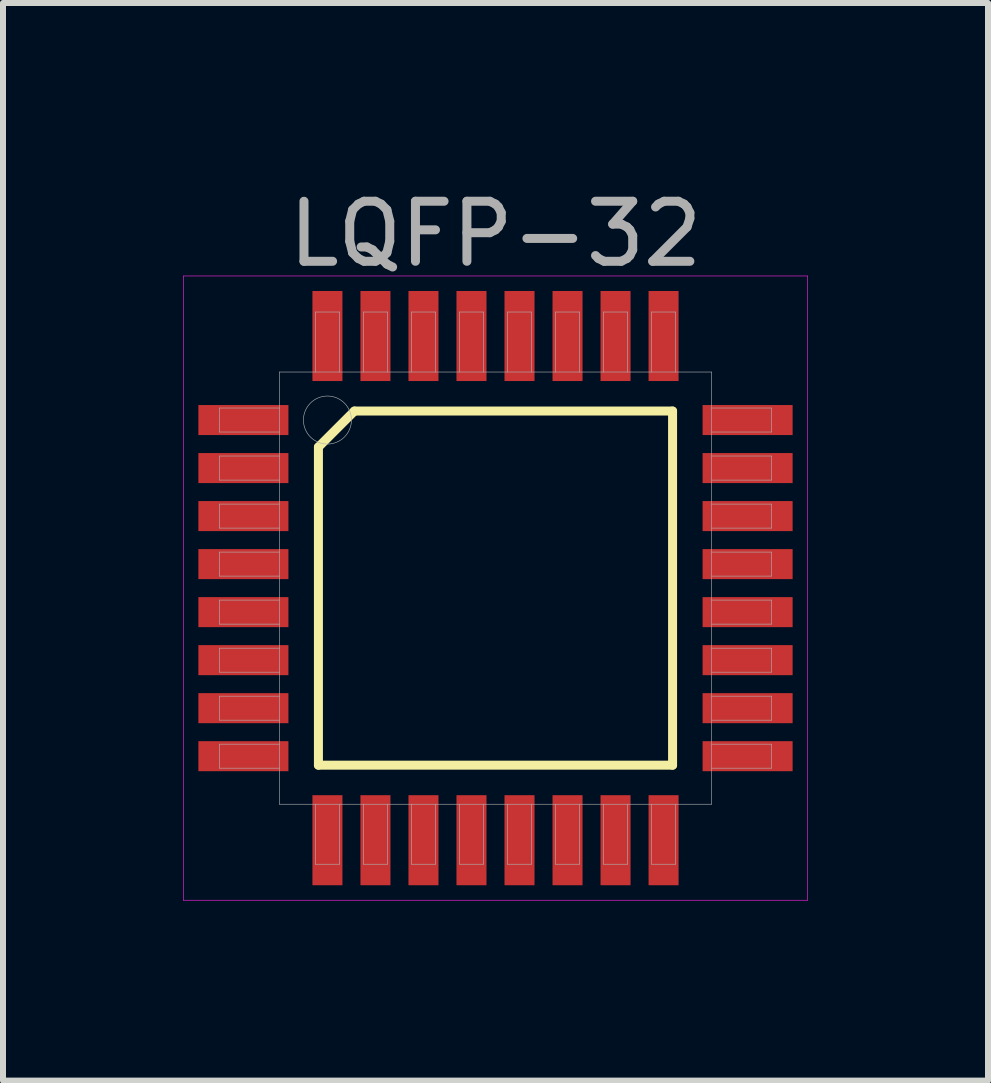
<source format=kicad_pcb>
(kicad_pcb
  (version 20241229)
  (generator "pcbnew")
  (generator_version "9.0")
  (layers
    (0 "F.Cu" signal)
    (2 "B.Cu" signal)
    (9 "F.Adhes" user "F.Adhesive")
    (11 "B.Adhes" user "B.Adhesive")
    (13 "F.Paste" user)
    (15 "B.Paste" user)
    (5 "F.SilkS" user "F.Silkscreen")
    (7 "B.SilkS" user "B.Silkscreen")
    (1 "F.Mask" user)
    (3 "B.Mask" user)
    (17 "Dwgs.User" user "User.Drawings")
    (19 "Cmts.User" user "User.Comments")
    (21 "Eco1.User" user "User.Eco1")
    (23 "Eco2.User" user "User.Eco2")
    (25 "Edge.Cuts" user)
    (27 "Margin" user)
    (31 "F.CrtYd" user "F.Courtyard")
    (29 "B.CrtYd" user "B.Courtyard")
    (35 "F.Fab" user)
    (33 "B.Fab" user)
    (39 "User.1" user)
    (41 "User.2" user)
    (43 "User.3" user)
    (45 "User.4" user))
  (footprint "LQFP-32"
    (layer "F.Cu")
    (at 5.205 6.748)
    (property "Reference" "LQFP-32" (at 0 -5.9 0) (layer "F.Fab") (effects (font (size 1 1) (thickness 0.15))))
    (attr through_hole)
    (fp_line (start -2.95 -2.35) (end -2.35 -2.95) (stroke (width 0.15) (type solid)) (layer "F.SilkS"))
    (fp_line (start -2.95 2.95) (end -2.95 -2.35) (stroke (width 0.15) (type solid)) (layer "F.SilkS"))
    (fp_line (start -2.35 -2.95) (end 2.95 -2.95) (stroke (width 0.15) (type solid)) (layer "F.SilkS"))
    (fp_line (start 2.95 -2.95) (end 2.95 2.95) (stroke (width 0.15) (type solid)) (layer "F.SilkS"))
    (fp_line (start 2.95 2.95) (end -2.95 2.95) (stroke (width 0.15) (type solid)) (layer "F.SilkS"))
    (fp_line (start -5.2 -5.2) (end 5.2 -5.2) (stroke (width 0.01) (type solid)) (layer "F.CrtYd"))
    (fp_line (start -5.2 5.2) (end -5.2 -5.2) (stroke (width 0.01) (type solid)) (layer "F.CrtYd"))
    (fp_line (start 5.2 -5.2) (end 5.2 5.2) (stroke (width 0.01) (type solid)) (layer "F.CrtYd"))
    (fp_line (start 5.2 5.2) (end -5.2 5.2) (stroke (width 0.01) (type solid)) (layer "F.CrtYd"))
    (fp_line (start -4.6 -3) (end -3.6 -3) (stroke (width 0.01) (type solid)) (layer "F.Fab"))
    (fp_line (start -4.6 -2.6) (end -4.6 -3) (stroke (width 0.01) (type solid)) (layer "F.Fab"))
    (fp_line (start -4.6 -2.2) (end -3.6 -2.2) (stroke (width 0.01) (type solid)) (layer "F.Fab"))
    (fp_line (start -4.6 -1.8) (end -4.6 -2.2) (stroke (width 0.01) (type solid)) (layer "F.Fab"))
    (fp_line (start -4.6 -1.4) (end -3.6 -1.4) (stroke (width 0.01) (type solid)) (layer "F.Fab"))
    (fp_line (start -4.6 -1) (end -4.6 -1.4) (stroke (width 0.01) (type solid)) (layer "F.Fab"))
    (fp_line (start -4.6 -0.6) (end -3.6 -0.6) (stroke (width 0.01) (type solid)) (layer "F.Fab"))
    (fp_line (start -4.6 -0.2) (end -4.6 -0.6) (stroke (width 0.01) (type solid)) (layer "F.Fab"))
    (fp_line (start -4.6 0.2) (end -3.6 0.2) (stroke (width 0.01) (type solid)) (layer "F.Fab"))
    (fp_line (start -4.6 0.6) (end -4.6 0.2) (stroke (width 0.01) (type solid)) (layer "F.Fab"))
    (fp_line (start -4.6 1) (end -3.6 1) (stroke (width 0.01) (type solid)) (layer "F.Fab"))
    (fp_line (start -4.6 1.4) (end -4.6 1) (stroke (width 0.01) (type solid)) (layer "F.Fab"))
    (fp_line (start -4.6 1.8) (end -3.6 1.8) (stroke (width 0.01) (type solid)) (layer "F.Fab"))
    (fp_line (start -4.6 2.2) (end -4.6 1.8) (stroke (width 0.01) (type solid)) (layer "F.Fab"))
    (fp_line (start -4.6 2.6) (end -3.6 2.6) (stroke (width 0.01) (type solid)) (layer "F.Fab"))
    (fp_line (start -4.6 3) (end -4.6 2.6) (stroke (width 0.01) (type solid)) (layer "F.Fab"))
    (fp_line (start -3.6 -3.6) (end 3.6 -3.6) (stroke (width 0.01) (type solid)) (layer "F.Fab"))
    (fp_line (start -3.6 -2.6) (end -4.6 -2.6) (stroke (width 0.01) (type solid)) (layer "F.Fab"))
    (fp_line (start -3.6 -1.8) (end -4.6 -1.8) (stroke (width 0.01) (type solid)) (layer "F.Fab"))
    (fp_line (start -3.6 -1) (end -4.6 -1) (stroke (width 0.01) (type solid)) (layer "F.Fab"))
    (fp_line (start -3.6 -0.2) (end -4.6 -0.2) (stroke (width 0.01) (type solid)) (layer "F.Fab"))
    (fp_line (start -3.6 0.6) (end -4.6 0.6) (stroke (width 0.01) (type solid)) (layer "F.Fab"))
    (fp_line (start -3.6 1.4) (end -4.6 1.4) (stroke (width 0.01) (type solid)) (layer "F.Fab"))
    (fp_line (start -3.6 2.2) (end -4.6 2.2) (stroke (width 0.01) (type solid)) (layer "F.Fab"))
    (fp_line (start -3.6 3) (end -4.6 3) (stroke (width 0.01) (type solid)) (layer "F.Fab"))
    (fp_line (start -3.6 3.6) (end -3.6 -3.6) (stroke (width 0.01) (type solid)) (layer "F.Fab"))
    (fp_line (start -3 -4.6) (end -2.6 -4.6) (stroke (width 0.01) (type solid)) (layer "F.Fab"))
    (fp_line (start -3 -3.6) (end -3 -4.6) (stroke (width 0.01) (type solid)) (layer "F.Fab"))
    (fp_line (start -3 4.6) (end -3 3.6) (stroke (width 0.01) (type solid)) (layer "F.Fab"))
    (fp_line (start -2.6 -4.6) (end -2.6 -3.6) (stroke (width 0.01) (type solid)) (layer "F.Fab"))
    (fp_line (start -2.6 3.6) (end -2.6 4.6) (stroke (width 0.01) (type solid)) (layer "F.Fab"))
    (fp_line (start -2.6 4.6) (end -3 4.6) (stroke (width 0.01) (type solid)) (layer "F.Fab"))
    (fp_line (start -2.2 -4.6) (end -1.8 -4.6) (stroke (width 0.01) (type solid)) (layer "F.Fab"))
    (fp_line (start -2.2 -3.6) (end -2.2 -4.6) (stroke (width 0.01) (type solid)) (layer "F.Fab"))
    (fp_line (start -2.2 4.6) (end -2.2 3.6) (stroke (width 0.01) (type solid)) (layer "F.Fab"))
    (fp_line (start -1.8 -4.6) (end -1.8 -3.6) (stroke (width 0.01) (type solid)) (layer "F.Fab"))
    (fp_line (start -1.8 3.6) (end -1.8 4.6) (stroke (width 0.01) (type solid)) (layer "F.Fab"))
    (fp_line (start -1.8 4.6) (end -2.2 4.6) (stroke (width 0.01) (type solid)) (layer "F.Fab"))
    (fp_line (start -1.4 -4.6) (end -1 -4.6) (stroke (width 0.01) (type solid)) (layer "F.Fab"))
    (fp_line (start -1.4 -3.6) (end -1.4 -4.6) (stroke (width 0.01) (type solid)) (layer "F.Fab"))
    (fp_line (start -1.4 4.6) (end -1.4 3.6) (stroke (width 0.01) (type solid)) (layer "F.Fab"))
    (fp_line (start -1 -4.6) (end -1 -3.6) (stroke (width 0.01) (type solid)) (layer "F.Fab"))
    (fp_line (start -1 3.6) (end -1 4.6) (stroke (width 0.01) (type solid)) (layer "F.Fab"))
    (fp_line (start -1 4.6) (end -1.4 4.6) (stroke (width 0.01) (type solid)) (layer "F.Fab"))
    (fp_line (start -0.6 -4.6) (end -0.2 -4.6) (stroke (width 0.01) (type solid)) (layer "F.Fab"))
    (fp_line (start -0.6 -3.6) (end -0.6 -4.6) (stroke (width 0.01) (type solid)) (layer "F.Fab"))
    (fp_line (start -0.6 4.6) (end -0.6 3.6) (stroke (width 0.01) (type solid)) (layer "F.Fab"))
    (fp_line (start -0.2 -4.6) (end -0.2 -3.6) (stroke (width 0.01) (type solid)) (layer "F.Fab"))
    (fp_line (start -0.2 3.6) (end -0.2 4.6) (stroke (width 0.01) (type solid)) (layer "F.Fab"))
    (fp_line (start -0.2 4.6) (end -0.6 4.6) (stroke (width 0.01) (type solid)) (layer "F.Fab"))
    (fp_line (start 0.2 -4.6) (end 0.6 -4.6) (stroke (width 0.01) (type solid)) (layer "F.Fab"))
    (fp_line (start 0.2 -3.6) (end 0.2 -4.6) (stroke (width 0.01) (type solid)) (layer "F.Fab"))
    (fp_line (start 0.2 4.6) (end 0.2 3.6) (stroke (width 0.01) (type solid)) (layer "F.Fab"))
    (fp_line (start 0.6 -4.6) (end 0.6 -3.6) (stroke (width 0.01) (type solid)) (layer "F.Fab"))
    (fp_line (start 0.6 3.6) (end 0.6 4.6) (stroke (width 0.01) (type solid)) (layer "F.Fab"))
    (fp_line (start 0.6 4.6) (end 0.2 4.6) (stroke (width 0.01) (type solid)) (layer "F.Fab"))
    (fp_line (start 1 -4.6) (end 1.4 -4.6) (stroke (width 0.01) (type solid)) (layer "F.Fab"))
    (fp_line (start 1 -3.6) (end 1 -4.6) (stroke (width 0.01) (type solid)) (layer "F.Fab"))
    (fp_line (start 1 4.6) (end 1 3.6) (stroke (width 0.01) (type solid)) (layer "F.Fab"))
    (fp_line (start 1.4 -4.6) (end 1.4 -3.6) (stroke (width 0.01) (type solid)) (layer "F.Fab"))
    (fp_line (start 1.4 3.6) (end 1.4 4.6) (stroke (width 0.01) (type solid)) (layer "F.Fab"))
    (fp_line (start 1.4 4.6) (end 1 4.6) (stroke (width 0.01) (type solid)) (layer "F.Fab"))
    (fp_line (start 1.8 -4.6) (end 2.2 -4.6) (stroke (width 0.01) (type solid)) (layer "F.Fab"))
    (fp_line (start 1.8 -3.6) (end 1.8 -4.6) (stroke (width 0.01) (type solid)) (layer "F.Fab"))
    (fp_line (start 1.8 4.6) (end 1.8 3.6) (stroke (width 0.01) (type solid)) (layer "F.Fab"))
    (fp_line (start 2.2 -4.6) (end 2.2 -3.6) (stroke (width 0.01) (type solid)) (layer "F.Fab"))
    (fp_line (start 2.2 3.6) (end 2.2 4.6) (stroke (width 0.01) (type solid)) (layer "F.Fab"))
    (fp_line (start 2.2 4.6) (end 1.8 4.6) (stroke (width 0.01) (type solid)) (layer "F.Fab"))
    (fp_line (start 2.6 -4.6) (end 3 -4.6) (stroke (width 0.01) (type solid)) (layer "F.Fab"))
    (fp_line (start 2.6 -3.6) (end 2.6 -4.6) (stroke (width 0.01) (type solid)) (layer "F.Fab"))
    (fp_line (start 2.6 4.6) (end 2.6 3.6) (stroke (width 0.01) (type solid)) (layer "F.Fab"))
    (fp_line (start 3 -4.6) (end 3 -3.6) (stroke (width 0.01) (type solid)) (layer "F.Fab"))
    (fp_line (start 3 3.6) (end 3 4.6) (stroke (width 0.01) (type solid)) (layer "F.Fab"))
    (fp_line (start 3 4.6) (end 2.6 4.6) (stroke (width 0.01) (type solid)) (layer "F.Fab"))
    (fp_line (start 3.6 -3.6) (end 3.6 3.6) (stroke (width 0.01) (type solid)) (layer "F.Fab"))
    (fp_line (start 3.6 -3) (end 4.6 -3) (stroke (width 0.01) (type solid)) (layer "F.Fab"))
    (fp_line (start 3.6 -2.2) (end 4.6 -2.2) (stroke (width 0.01) (type solid)) (layer "F.Fab"))
    (fp_line (start 3.6 -1.4) (end 4.6 -1.4) (stroke (width 0.01) (type solid)) (layer "F.Fab"))
    (fp_line (start 3.6 -0.6) (end 4.6 -0.6) (stroke (width 0.01) (type solid)) (layer "F.Fab"))
    (fp_line (start 3.6 0.2) (end 4.6 0.2) (stroke (width 0.01) (type solid)) (layer "F.Fab"))
    (fp_line (start 3.6 1) (end 4.6 1) (stroke (width 0.01) (type solid)) (layer "F.Fab"))
    (fp_line (start 3.6 1.8) (end 4.6 1.8) (stroke (width 0.01) (type solid)) (layer "F.Fab"))
    (fp_line (start 3.6 2.6) (end 4.6 2.6) (stroke (width 0.01) (type solid)) (layer "F.Fab"))
    (fp_line (start 3.6 3.6) (end -3.6 3.6) (stroke (width 0.01) (type solid)) (layer "F.Fab"))
    (fp_line (start 4.6 -3) (end 4.6 -2.6) (stroke (width 0.01) (type solid)) (layer "F.Fab"))
    (fp_line (start 4.6 -2.6) (end 3.6 -2.6) (stroke (width 0.01) (type solid)) (layer "F.Fab"))
    (fp_line (start 4.6 -2.2) (end 4.6 -1.8) (stroke (width 0.01) (type solid)) (layer "F.Fab"))
    (fp_line (start 4.6 -1.8) (end 3.6 -1.8) (stroke (width 0.01) (type solid)) (layer "F.Fab"))
    (fp_line (start 4.6 -1.4) (end 4.6 -1) (stroke (width 0.01) (type solid)) (layer "F.Fab"))
    (fp_line (start 4.6 -1) (end 3.6 -1) (stroke (width 0.01) (type solid)) (layer "F.Fab"))
    (fp_line (start 4.6 -0.6) (end 4.6 -0.2) (stroke (width 0.01) (type solid)) (layer "F.Fab"))
    (fp_line (start 4.6 -0.2) (end 3.6 -0.2) (stroke (width 0.01) (type solid)) (layer "F.Fab"))
    (fp_line (start 4.6 0.2) (end 4.6 0.6) (stroke (width 0.01) (type solid)) (layer "F.Fab"))
    (fp_line (start 4.6 0.6) (end 3.6 0.6) (stroke (width 0.01) (type solid)) (layer "F.Fab"))
    (fp_line (start 4.6 1) (end 4.6 1.4) (stroke (width 0.01) (type solid)) (layer "F.Fab"))
    (fp_line (start 4.6 1.4) (end 3.6 1.4) (stroke (width 0.01) (type solid)) (layer "F.Fab"))
    (fp_line (start 4.6 1.8) (end 4.6 2.2) (stroke (width 0.01) (type solid)) (layer "F.Fab"))
    (fp_line (start 4.6 2.2) (end 3.6 2.2) (stroke (width 0.01) (type solid)) (layer "F.Fab"))
    (fp_line (start 4.6 2.6) (end 4.6 3) (stroke (width 0.01) (type solid)) (layer "F.Fab"))
    (fp_line (start 4.6 3) (end 3.6 3) (stroke (width 0.01) (type solid)) (layer "F.Fab"))
    (fp_circle (center -2.8 -2.8) (end -2.8 -2.4) (stroke (width 0.01) (type solid)) (fill no) (layer "F.Fab"))
    (pad "1" smd rect (at -4.2 -2.8) (size 1.5 0.5) (layers "F.Cu" "F.Mask" "F.Paste"))
    (pad "2" smd rect (at -4.2 -2) (size 1.5 0.5) (layers "F.Cu" "F.Mask" "F.Paste"))
    (pad "3" smd rect (at -4.2 -1.2) (size 1.5 0.5) (layers "F.Cu" "F.Mask" "F.Paste"))
    (pad "4" smd rect (at -4.2 -0.4) (size 1.5 0.5) (layers "F.Cu" "F.Mask" "F.Paste"))
    (pad "5" smd rect (at -4.2 0.4) (size 1.5 0.5) (layers "F.Cu" "F.Mask" "F.Paste"))
    (pad "6" smd rect (at -4.2 1.2) (size 1.5 0.5) (layers "F.Cu" "F.Mask" "F.Paste"))
    (pad "7" smd rect (at -4.2 2) (size 1.5 0.5) (layers "F.Cu" "F.Mask" "F.Paste"))
    (pad "8" smd rect (at -4.2 2.8) (size 1.5 0.5) (layers "F.Cu" "F.Mask" "F.Paste"))
    (pad "9" smd rect (at -2.8 4.2) (size 0.5 1.5) (layers "F.Cu" "F.Mask" "F.Paste"))
    (pad "10" smd rect (at -2 4.2) (size 0.5 1.5) (layers "F.Cu" "F.Mask" "F.Paste"))
    (pad "11" smd rect (at -1.2 4.2) (size 0.5 1.5) (layers "F.Cu" "F.Mask" "F.Paste"))
    (pad "12" smd rect (at -0.4 4.2) (size 0.5 1.5) (layers "F.Cu" "F.Mask" "F.Paste"))
    (pad "13" smd rect (at 0.4 4.2) (size 0.5 1.5) (layers "F.Cu" "F.Mask" "F.Paste"))
    (pad "14" smd rect (at 1.2 4.2) (size 0.5 1.5) (layers "F.Cu" "F.Mask" "F.Paste"))
    (pad "15" smd rect (at 2 4.2) (size 0.5 1.5) (layers "F.Cu" "F.Mask" "F.Paste"))
    (pad "16" smd rect (at 2.8 4.2) (size 0.5 1.5) (layers "F.Cu" "F.Mask" "F.Paste"))
    (pad "17" smd rect (at 4.2 2.8) (size 1.5 0.5) (layers "F.Cu" "F.Mask" "F.Paste"))
    (pad "18" smd rect (at 4.2 2) (size 1.5 0.5) (layers "F.Cu" "F.Mask" "F.Paste"))
    (pad "19" smd rect (at 4.2 1.2) (size 1.5 0.5) (layers "F.Cu" "F.Mask" "F.Paste"))
    (pad "20" smd rect (at 4.2 0.4) (size 1.5 0.5) (layers "F.Cu" "F.Mask" "F.Paste"))
    (pad "21" smd rect (at 4.2 -0.4) (size 1.5 0.5) (layers "F.Cu" "F.Mask" "F.Paste"))
    (pad "22" smd rect (at 4.2 -1.2) (size 1.5 0.5) (layers "F.Cu" "F.Mask" "F.Paste"))
    (pad "23" smd rect (at 4.2 -2) (size 1.5 0.5) (layers "F.Cu" "F.Mask" "F.Paste"))
    (pad "24" smd rect (at 4.2 -2.8) (size 1.5 0.5) (layers "F.Cu" "F.Mask" "F.Paste"))
    (pad "25" smd rect (at 2.8 -4.2) (size 0.5 1.5) (layers "F.Cu" "F.Mask" "F.Paste"))
    (pad "26" smd rect (at 2 -4.2) (size 0.5 1.5) (layers "F.Cu" "F.Mask" "F.Paste"))
    (pad "27" smd rect (at 1.2 -4.2) (size 0.5 1.5) (layers "F.Cu" "F.Mask" "F.Paste"))
    (pad "28" smd rect (at 0.4 -4.2) (size 0.5 1.5) (layers "F.Cu" "F.Mask" "F.Paste"))
    (pad "29" smd rect (at -0.4 -4.2) (size 0.5 1.5) (layers "F.Cu" "F.Mask" "F.Paste"))
    (pad "30" smd rect (at -1.2 -4.2) (size 0.5 1.5) (layers "F.Cu" "F.Mask" "F.Paste"))
    (pad "31" smd rect (at -2 -4.2) (size 0.5 1.5) (layers "F.Cu" "F.Mask" "F.Paste"))
    (pad "32" smd rect (at -2.8 -4.2) (size 0.5 1.5) (layers "F.Cu" "F.Mask" "F.Paste")))
  (gr_rect
    (start -3 -3)
    (end 13.41 14.953)
    (stroke (width 0.1) (type default))
    (fill no)
    (layer "Edge.Cuts")))
</source>
